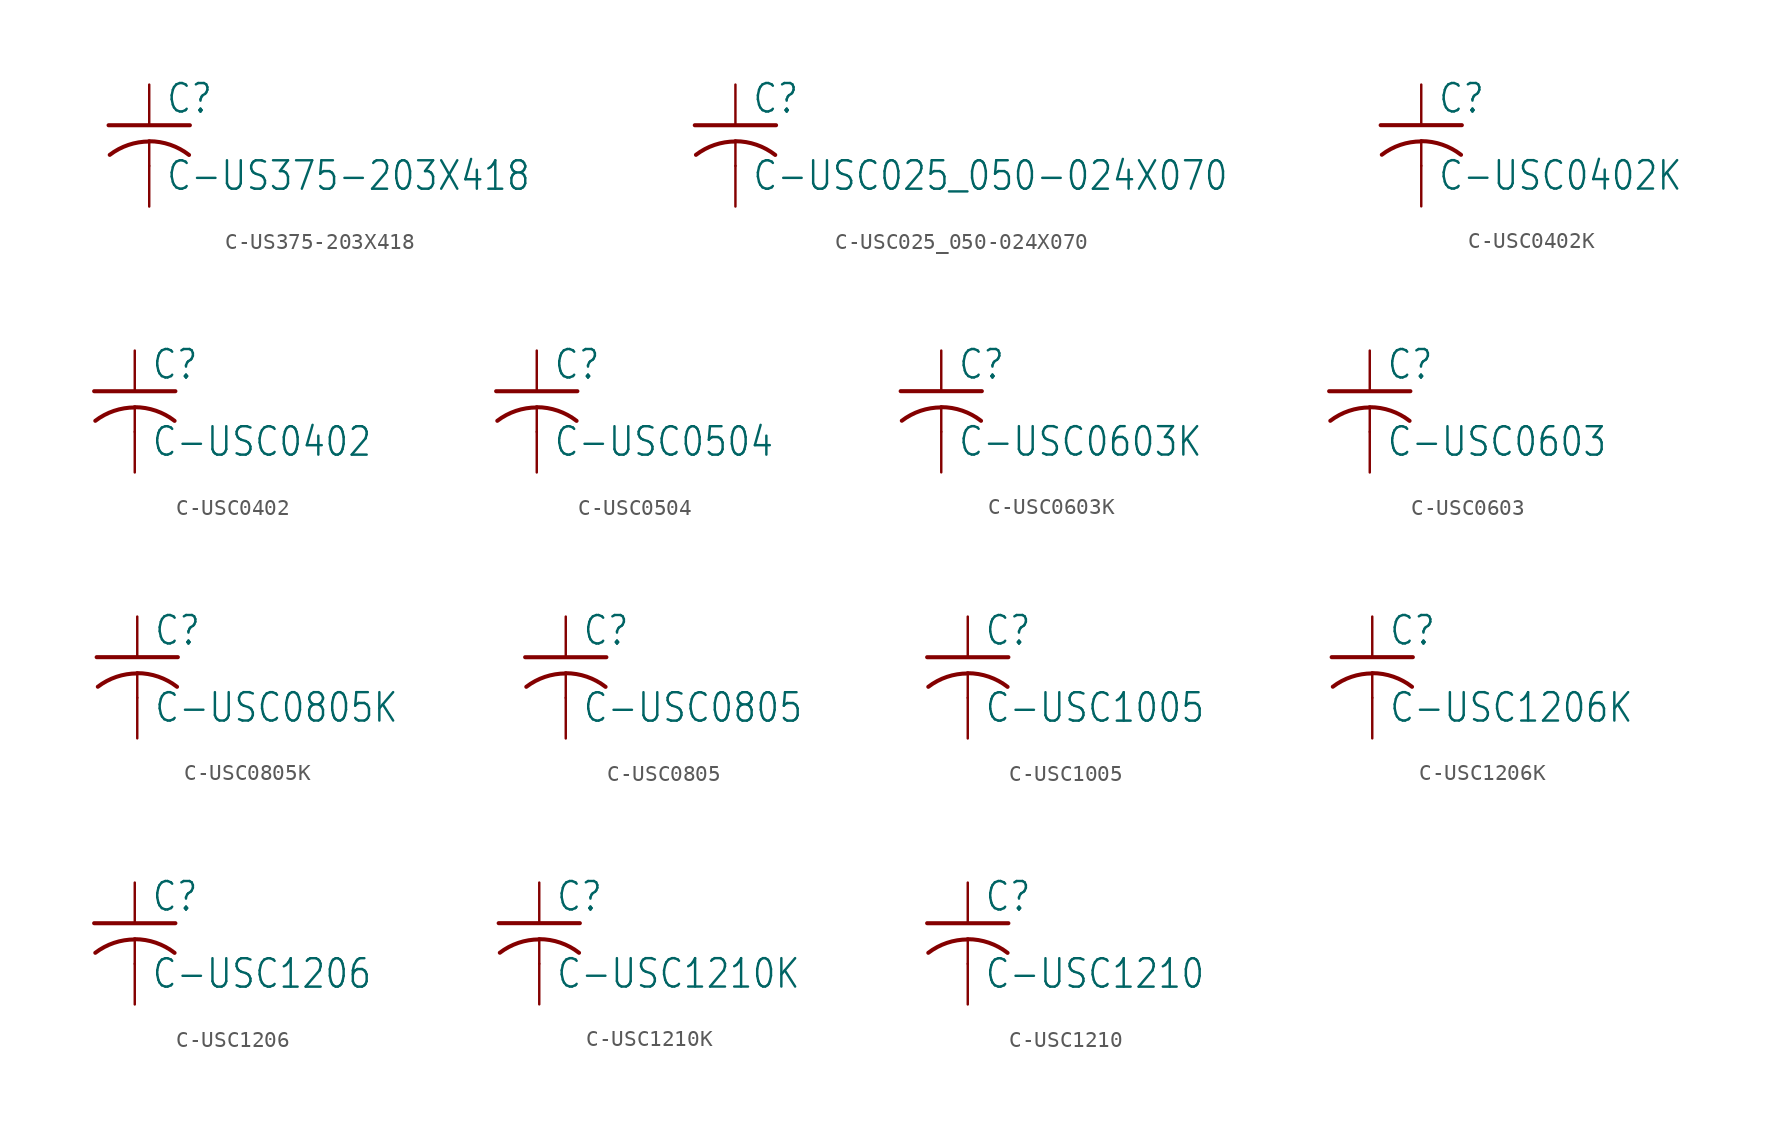
<source format=kicad_sym>
(kicad_symbol_lib
  (version 20220331)
  (generator kicad_symbol_editor)
  (symbol "C-US375-203X418"
    (property "Reference" "C"
      (at 1.016 0.635 0)
      (effects (font (size 1.778 1.511)) (justify left bottom)))
    (property "Value" "C-US375-203X418"
      (at 1.016 -4.191 0)
      (effects (font (size 1.778 1.511)) (justify left bottom)))
    (property "ki_locked" ""
      (at 0 0 0)
      (effects (font (size 1.27 1.27))))
    (symbol "C-US375-203X418_1_0"
      (arc (start 0 -1.0161) (mid -1.302 -1.2303) (end -2.4668 -1.8504) (stroke (width 0.254) (type solid)) (fill (type none)))
      (polyline (pts (xy -2.54 0) (xy 2.54 0)) (stroke (width 0.254) (type solid)) (fill (type none)))
      (polyline (pts (xy 0 -1.016) (xy 0 -2.54)) (stroke (width 0.152) (type solid)) (fill (type none)))
      (arc (start 2.4892 -1.8542) (mid 1.3158 -1.2195) (end 0 -1) (stroke (width 0.254) (type solid)) (fill (type none)))
      (pin passive line (at 0 2.54 270) (length 2.54) (name "1" (effects (font (size 0 0)))) (number "1" (effects (font (size 0 0)))))
      (pin passive line (at 0 -5.08 90) (length 2.54) (name "2" (effects (font (size 0 0)))) (number "2" (effects (font (size 0 0)))))))
  (symbol "C-USC025_050-024X070"
    (property "Reference" "C"
      (at 1.016 0.635 0)
      (effects (font (size 1.778 1.511)) (justify left bottom)))
    (property "Value" "C-USC025_050-024X070"
      (at 1.016 -4.191 0)
      (effects (font (size 1.778 1.511)) (justify left bottom)))
    (property "ki_locked" ""
      (at 0 0 0)
      (effects (font (size 1.27 1.27))))
    (symbol "C-USC025_050-024X070_1_0"
      (arc (start 0 -1.0161) (mid -1.302 -1.2303) (end -2.4668 -1.8504) (stroke (width 0.254) (type solid)) (fill (type none)))
      (polyline (pts (xy -2.54 0) (xy 2.54 0)) (stroke (width 0.254) (type solid)) (fill (type none)))
      (polyline (pts (xy 0 -1.016) (xy 0 -2.54)) (stroke (width 0.152) (type solid)) (fill (type none)))
      (arc (start 2.4892 -1.8542) (mid 1.3158 -1.2195) (end 0 -1) (stroke (width 0.254) (type solid)) (fill (type none)))
      (pin passive line (at 0 2.54 270) (length 2.54) (name "1" (effects (font (size 0 0)))) (number "1" (effects (font (size 0 0)))))
      (pin passive line (at 0 -5.08 90) (length 2.54) (name "2" (effects (font (size 0 0)))) (number "2" (effects (font (size 0 0)))))))
  (symbol "C-USC0402K"
    (property "Reference" "C"
      (at 1.016 0.635 0)
      (effects (font (size 1.778 1.511)) (justify left bottom)))
    (property "Value" "C-USC0402K"
      (at 1.016 -4.191 0)
      (effects (font (size 1.778 1.511)) (justify left bottom)))
    (property "ki_locked" ""
      (at 0 0 0)
      (effects (font (size 1.27 1.27))))
    (symbol "C-USC0402K_1_0"
      (arc (start 0 -1.0161) (mid -1.302 -1.2303) (end -2.4668 -1.8504) (stroke (width 0.254) (type solid)) (fill (type none)))
      (polyline (pts (xy -2.54 0) (xy 2.54 0)) (stroke (width 0.254) (type solid)) (fill (type none)))
      (polyline (pts (xy 0 -1.016) (xy 0 -2.54)) (stroke (width 0.152) (type solid)) (fill (type none)))
      (arc (start 2.4892 -1.8542) (mid 1.3158 -1.2195) (end 0 -1) (stroke (width 0.254) (type solid)) (fill (type none)))
      (pin passive line (at 0 2.54 270) (length 2.54) (name "1" (effects (font (size 0 0)))) (number "1" (effects (font (size 0 0)))))
      (pin passive line (at 0 -5.08 90) (length 2.54) (name "2" (effects (font (size 0 0)))) (number "2" (effects (font (size 0 0)))))))
  (symbol "C-USC0402"
    (property "Reference" "C"
      (at 1.016 0.635 0)
      (effects (font (size 1.778 1.511)) (justify left bottom)))
    (property "Value" "C-USC0402"
      (at 1.016 -4.191 0)
      (effects (font (size 1.778 1.511)) (justify left bottom)))
    (property "ki_locked" ""
      (at 0 0 0)
      (effects (font (size 1.27 1.27))))
    (symbol "C-USC0402_1_0"
      (arc (start 0 -1.0161) (mid -1.302 -1.2303) (end -2.4668 -1.8504) (stroke (width 0.254) (type solid)) (fill (type none)))
      (polyline (pts (xy -2.54 0) (xy 2.54 0)) (stroke (width 0.254) (type solid)) (fill (type none)))
      (polyline (pts (xy 0 -1.016) (xy 0 -2.54)) (stroke (width 0.152) (type solid)) (fill (type none)))
      (arc (start 2.4892 -1.8542) (mid 1.3158 -1.2195) (end 0 -1) (stroke (width 0.254) (type solid)) (fill (type none)))
      (pin passive line (at 0 2.54 270) (length 2.54) (name "1" (effects (font (size 0 0)))) (number "1" (effects (font (size 0 0)))))
      (pin passive line (at 0 -5.08 90) (length 2.54) (name "2" (effects (font (size 0 0)))) (number "2" (effects (font (size 0 0)))))))
  (symbol "C-USC0504"
    (property "Reference" "C"
      (at 1.016 0.635 0)
      (effects (font (size 1.778 1.511)) (justify left bottom)))
    (property "Value" "C-USC0504"
      (at 1.016 -4.191 0)
      (effects (font (size 1.778 1.511)) (justify left bottom)))
    (property "ki_locked" ""
      (at 0 0 0)
      (effects (font (size 1.27 1.27))))
    (symbol "C-USC0504_1_0"
      (arc (start 0 -1.0161) (mid -1.302 -1.2303) (end -2.4668 -1.8504) (stroke (width 0.254) (type solid)) (fill (type none)))
      (polyline (pts (xy -2.54 0) (xy 2.54 0)) (stroke (width 0.254) (type solid)) (fill (type none)))
      (polyline (pts (xy 0 -1.016) (xy 0 -2.54)) (stroke (width 0.152) (type solid)) (fill (type none)))
      (arc (start 2.4892 -1.8542) (mid 1.3158 -1.2195) (end 0 -1) (stroke (width 0.254) (type solid)) (fill (type none)))
      (pin passive line (at 0 2.54 270) (length 2.54) (name "1" (effects (font (size 0 0)))) (number "1" (effects (font (size 0 0)))))
      (pin passive line (at 0 -5.08 90) (length 2.54) (name "2" (effects (font (size 0 0)))) (number "2" (effects (font (size 0 0)))))))
  (symbol "C-USC0603K"
    (property "Reference" "C"
      (at 1.016 0.635 0)
      (effects (font (size 1.778 1.511)) (justify left bottom)))
    (property "Value" "C-USC0603K"
      (at 1.016 -4.191 0)
      (effects (font (size 1.778 1.511)) (justify left bottom)))
    (property "ki_locked" ""
      (at 0 0 0)
      (effects (font (size 1.27 1.27))))
    (symbol "C-USC0603K_1_0"
      (arc (start 0 -1.0161) (mid -1.302 -1.2303) (end -2.4668 -1.8504) (stroke (width 0.254) (type solid)) (fill (type none)))
      (polyline (pts (xy -2.54 0) (xy 2.54 0)) (stroke (width 0.254) (type solid)) (fill (type none)))
      (polyline (pts (xy 0 -1.016) (xy 0 -2.54)) (stroke (width 0.152) (type solid)) (fill (type none)))
      (arc (start 2.4892 -1.8542) (mid 1.3158 -1.2195) (end 0 -1) (stroke (width 0.254) (type solid)) (fill (type none)))
      (pin passive line (at 0 2.54 270) (length 2.54) (name "1" (effects (font (size 0 0)))) (number "1" (effects (font (size 0 0)))))
      (pin passive line (at 0 -5.08 90) (length 2.54) (name "2" (effects (font (size 0 0)))) (number "2" (effects (font (size 0 0)))))))
  (symbol "C-USC0603"
    (property "Reference" "C"
      (at 1.016 0.635 0)
      (effects (font (size 1.778 1.511)) (justify left bottom)))
    (property "Value" "C-USC0603"
      (at 1.016 -4.191 0)
      (effects (font (size 1.778 1.511)) (justify left bottom)))
    (property "ki_locked" ""
      (at 0 0 0)
      (effects (font (size 1.27 1.27))))
    (symbol "C-USC0603_1_0"
      (arc (start 0 -1.0161) (mid -1.302 -1.2303) (end -2.4668 -1.8504) (stroke (width 0.254) (type solid)) (fill (type none)))
      (polyline (pts (xy -2.54 0) (xy 2.54 0)) (stroke (width 0.254) (type solid)) (fill (type none)))
      (polyline (pts (xy 0 -1.016) (xy 0 -2.54)) (stroke (width 0.152) (type solid)) (fill (type none)))
      (arc (start 2.4892 -1.8542) (mid 1.3158 -1.2195) (end 0 -1) (stroke (width 0.254) (type solid)) (fill (type none)))
      (pin passive line (at 0 2.54 270) (length 2.54) (name "1" (effects (font (size 0 0)))) (number "1" (effects (font (size 0 0)))))
      (pin passive line (at 0 -5.08 90) (length 2.54) (name "2" (effects (font (size 0 0)))) (number "2" (effects (font (size 0 0)))))))
  (symbol "C-USC0805K"
    (property "Reference" "C"
      (at 1.016 0.635 0)
      (effects (font (size 1.778 1.511)) (justify left bottom)))
    (property "Value" "C-USC0805K"
      (at 1.016 -4.191 0)
      (effects (font (size 1.778 1.511)) (justify left bottom)))
    (property "ki_locked" ""
      (at 0 0 0)
      (effects (font (size 1.27 1.27))))
    (symbol "C-USC0805K_1_0"
      (arc (start 0 -1.0161) (mid -1.302 -1.2303) (end -2.4668 -1.8504) (stroke (width 0.254) (type solid)) (fill (type none)))
      (polyline (pts (xy -2.54 0) (xy 2.54 0)) (stroke (width 0.254) (type solid)) (fill (type none)))
      (polyline (pts (xy 0 -1.016) (xy 0 -2.54)) (stroke (width 0.152) (type solid)) (fill (type none)))
      (arc (start 2.4892 -1.8542) (mid 1.3158 -1.2195) (end 0 -1) (stroke (width 0.254) (type solid)) (fill (type none)))
      (pin passive line (at 0 2.54 270) (length 2.54) (name "1" (effects (font (size 0 0)))) (number "1" (effects (font (size 0 0)))))
      (pin passive line (at 0 -5.08 90) (length 2.54) (name "2" (effects (font (size 0 0)))) (number "2" (effects (font (size 0 0)))))))
  (symbol "C-USC0805"
    (property "Reference" "C"
      (at 1.016 0.635 0)
      (effects (font (size 1.778 1.511)) (justify left bottom)))
    (property "Value" "C-USC0805"
      (at 1.016 -4.191 0)
      (effects (font (size 1.778 1.511)) (justify left bottom)))
    (property "ki_locked" ""
      (at 0 0 0)
      (effects (font (size 1.27 1.27))))
    (symbol "C-USC0805_1_0"
      (arc (start 0 -1.0161) (mid -1.302 -1.2303) (end -2.4668 -1.8504) (stroke (width 0.254) (type solid)) (fill (type none)))
      (polyline (pts (xy -2.54 0) (xy 2.54 0)) (stroke (width 0.254) (type solid)) (fill (type none)))
      (polyline (pts (xy 0 -1.016) (xy 0 -2.54)) (stroke (width 0.152) (type solid)) (fill (type none)))
      (arc (start 2.4892 -1.8542) (mid 1.3158 -1.2195) (end 0 -1) (stroke (width 0.254) (type solid)) (fill (type none)))
      (pin passive line (at 0 2.54 270) (length 2.54) (name "1" (effects (font (size 0 0)))) (number "1" (effects (font (size 0 0)))))
      (pin passive line (at 0 -5.08 90) (length 2.54) (name "2" (effects (font (size 0 0)))) (number "2" (effects (font (size 0 0)))))))
  (symbol "C-USC1005"
    (property "Reference" "C"
      (at 1.016 0.635 0)
      (effects (font (size 1.778 1.511)) (justify left bottom)))
    (property "Value" "C-USC1005"
      (at 1.016 -4.191 0)
      (effects (font (size 1.778 1.511)) (justify left bottom)))
    (property "ki_locked" ""
      (at 0 0 0)
      (effects (font (size 1.27 1.27))))
    (symbol "C-USC1005_1_0"
      (arc (start 0 -1.0161) (mid -1.302 -1.2303) (end -2.4668 -1.8504) (stroke (width 0.254) (type solid)) (fill (type none)))
      (polyline (pts (xy -2.54 0) (xy 2.54 0)) (stroke (width 0.254) (type solid)) (fill (type none)))
      (polyline (pts (xy 0 -1.016) (xy 0 -2.54)) (stroke (width 0.152) (type solid)) (fill (type none)))
      (arc (start 2.4892 -1.8542) (mid 1.3158 -1.2195) (end 0 -1) (stroke (width 0.254) (type solid)) (fill (type none)))
      (pin passive line (at 0 2.54 270) (length 2.54) (name "1" (effects (font (size 0 0)))) (number "1" (effects (font (size 0 0)))))
      (pin passive line (at 0 -5.08 90) (length 2.54) (name "2" (effects (font (size 0 0)))) (number "2" (effects (font (size 0 0)))))))
  (symbol "C-USC1206K"
    (property "Reference" "C"
      (at 1.016 0.635 0)
      (effects (font (size 1.778 1.511)) (justify left bottom)))
    (property "Value" "C-USC1206K"
      (at 1.016 -4.191 0)
      (effects (font (size 1.778 1.511)) (justify left bottom)))
    (property "ki_locked" ""
      (at 0 0 0)
      (effects (font (size 1.27 1.27))))
    (symbol "C-USC1206K_1_0"
      (arc (start 0 -1.0161) (mid -1.302 -1.2303) (end -2.4668 -1.8504) (stroke (width 0.254) (type solid)) (fill (type none)))
      (polyline (pts (xy -2.54 0) (xy 2.54 0)) (stroke (width 0.254) (type solid)) (fill (type none)))
      (polyline (pts (xy 0 -1.016) (xy 0 -2.54)) (stroke (width 0.152) (type solid)) (fill (type none)))
      (arc (start 2.4892 -1.8542) (mid 1.3158 -1.2195) (end 0 -1) (stroke (width 0.254) (type solid)) (fill (type none)))
      (pin passive line (at 0 2.54 270) (length 2.54) (name "1" (effects (font (size 0 0)))) (number "1" (effects (font (size 0 0)))))
      (pin passive line (at 0 -5.08 90) (length 2.54) (name "2" (effects (font (size 0 0)))) (number "2" (effects (font (size 0 0)))))))
  (symbol "C-USC1206"
    (property "Reference" "C"
      (at 1.016 0.635 0)
      (effects (font (size 1.778 1.511)) (justify left bottom)))
    (property "Value" "C-USC1206"
      (at 1.016 -4.191 0)
      (effects (font (size 1.778 1.511)) (justify left bottom)))
    (property "ki_locked" ""
      (at 0 0 0)
      (effects (font (size 1.27 1.27))))
    (symbol "C-USC1206_1_0"
      (arc (start 0 -1.0161) (mid -1.302 -1.2303) (end -2.4668 -1.8504) (stroke (width 0.254) (type solid)) (fill (type none)))
      (polyline (pts (xy -2.54 0) (xy 2.54 0)) (stroke (width 0.254) (type solid)) (fill (type none)))
      (polyline (pts (xy 0 -1.016) (xy 0 -2.54)) (stroke (width 0.152) (type solid)) (fill (type none)))
      (arc (start 2.4892 -1.8542) (mid 1.3158 -1.2195) (end 0 -1) (stroke (width 0.254) (type solid)) (fill (type none)))
      (pin passive line (at 0 2.54 270) (length 2.54) (name "1" (effects (font (size 0 0)))) (number "1" (effects (font (size 0 0)))))
      (pin passive line (at 0 -5.08 90) (length 2.54) (name "2" (effects (font (size 0 0)))) (number "2" (effects (font (size 0 0)))))))
  (symbol "C-USC1210K"
    (property "Reference" "C"
      (at 1.016 0.635 0)
      (effects (font (size 1.778 1.511)) (justify left bottom)))
    (property "Value" "C-USC1210K"
      (at 1.016 -4.191 0)
      (effects (font (size 1.778 1.511)) (justify left bottom)))
    (property "ki_locked" ""
      (at 0 0 0)
      (effects (font (size 1.27 1.27))))
    (symbol "C-USC1210K_1_0"
      (arc (start 0 -1.0161) (mid -1.302 -1.2303) (end -2.4668 -1.8504) (stroke (width 0.254) (type solid)) (fill (type none)))
      (polyline (pts (xy -2.54 0) (xy 2.54 0)) (stroke (width 0.254) (type solid)) (fill (type none)))
      (polyline (pts (xy 0 -1.016) (xy 0 -2.54)) (stroke (width 0.152) (type solid)) (fill (type none)))
      (arc (start 2.4892 -1.8542) (mid 1.3158 -1.2195) (end 0 -1) (stroke (width 0.254) (type solid)) (fill (type none)))
      (pin passive line (at 0 2.54 270) (length 2.54) (name "1" (effects (font (size 0 0)))) (number "1" (effects (font (size 0 0)))))
      (pin passive line (at 0 -5.08 90) (length 2.54) (name "2" (effects (font (size 0 0)))) (number "2" (effects (font (size 0 0)))))))
  (symbol "C-USC1210"
    (property "Reference" "C"
      (at 1.016 0.635 0)
      (effects (font (size 1.778 1.511)) (justify left bottom)))
    (property "Value" "C-USC1210"
      (at 1.016 -4.191 0)
      (effects (font (size 1.778 1.511)) (justify left bottom)))
    (property "ki_locked" ""
      (at 0 0 0)
      (effects (font (size 1.27 1.27))))
    (symbol "C-USC1210_1_0"
      (arc (start 0 -1.0161) (mid -1.302 -1.2303) (end -2.4668 -1.8504) (stroke (width 0.254) (type solid)) (fill (type none)))
      (polyline (pts (xy -2.54 0) (xy 2.54 0)) (stroke (width 0.254) (type solid)) (fill (type none)))
      (polyline (pts (xy 0 -1.016) (xy 0 -2.54)) (stroke (width 0.152) (type solid)) (fill (type none)))
      (arc (start 2.4892 -1.8542) (mid 1.3158 -1.2195) (end 0 -1) (stroke (width 0.254) (type solid)) (fill (type none)))
      (pin passive line (at 0 2.54 270) (length 2.54) (name "1" (effects (font (size 0 0)))) (number "1" (effects (font (size 0 0)))))
      (pin passive line (at 0 -5.08 90) (length 2.54) (name "2" (effects (font (size 0 0)))) (number "2" (effects (font (size 0 0))))))))
</source>
